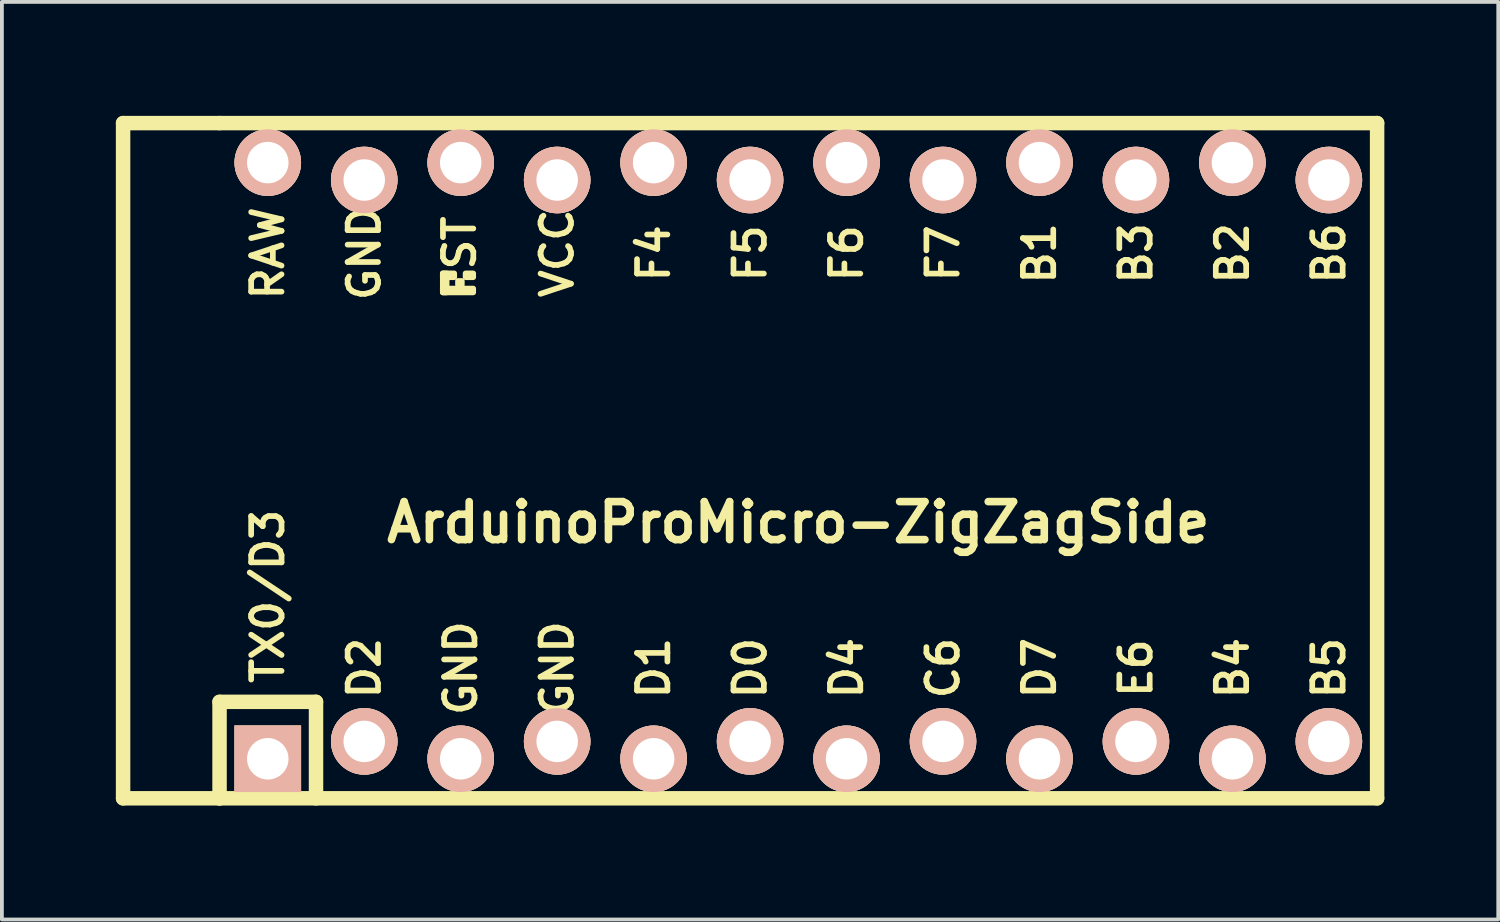
<source format=kicad_pcb>
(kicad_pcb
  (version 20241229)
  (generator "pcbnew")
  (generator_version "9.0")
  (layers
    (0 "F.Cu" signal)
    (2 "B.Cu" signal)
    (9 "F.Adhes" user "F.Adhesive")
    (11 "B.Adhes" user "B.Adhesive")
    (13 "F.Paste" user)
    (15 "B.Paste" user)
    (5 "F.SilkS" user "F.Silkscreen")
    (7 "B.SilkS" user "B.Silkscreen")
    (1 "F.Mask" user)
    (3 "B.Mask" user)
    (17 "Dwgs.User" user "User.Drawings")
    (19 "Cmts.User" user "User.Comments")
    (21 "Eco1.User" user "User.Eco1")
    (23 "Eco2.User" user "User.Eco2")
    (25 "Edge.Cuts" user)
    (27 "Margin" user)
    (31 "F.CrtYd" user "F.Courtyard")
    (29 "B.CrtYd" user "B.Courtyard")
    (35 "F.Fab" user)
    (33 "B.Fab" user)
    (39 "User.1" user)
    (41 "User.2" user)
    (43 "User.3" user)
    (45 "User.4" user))
  (footprint "ArduinoProMicro-ZigZagSide"
    (layer "F.Cu")
    (at 17.971 9.081)
    (property "Reference" "ArduinoProMicro-ZigZagSide" (at 0 1.625 0) (layer "F.SilkS") (effects (font (size 1 1) (thickness 0.2))))
    (attr through_hole)
    (fp_line (start -17.78 -8.89) (end -17.78 8.89) (stroke (width 0.381) (type solid)) (layer "F.SilkS"))
    (fp_line (start -17.78 8.89) (end -15.24 8.89) (stroke (width 0.381) (type solid)) (layer "F.SilkS"))
    (fp_line (start -15.24 -8.89) (end -17.78 -8.89) (stroke (width 0.381) (type solid)) (layer "F.SilkS"))
    (fp_line (start -15.24 6.35) (end -15.24 8.89) (stroke (width 0.381) (type solid)) (layer "F.SilkS"))
    (fp_line (start -15.24 6.35) (end -12.7 6.35) (stroke (width 0.381) (type solid)) (layer "F.SilkS"))
    (fp_line (start -15.24 8.89) (end 15.24 8.89) (stroke (width 0.381) (type solid)) (layer "F.SilkS"))
    (fp_line (start -12.7 6.35) (end -12.7 8.89) (stroke (width 0.381) (type solid)) (layer "F.SilkS"))
    (fp_line (start 15.24 -8.89) (end -15.24 -8.89) (stroke (width 0.381) (type solid)) (layer "F.SilkS"))
    (fp_line (start 15.24 8.89) (end 15.24 -8.89) (stroke (width 0.381) (type solid)) (layer "F.SilkS"))
    (fp_poly (pts (xy -9.361 -4.932) (xy -9.261 -4.932) (xy -9.261 -4.432) (xy -9.361 -4.432)) (stroke (width 0.15) (type solid)) (fill yes) (layer "F.SilkS"))
    (fp_poly (pts (xy -9.361 -4.932) (xy -9.061 -4.932) (xy -9.061 -4.832) (xy -9.361 -4.832)) (stroke (width 0.15) (type solid)) (fill yes) (layer "F.SilkS"))
    (fp_poly (pts (xy -9.361 -4.532) (xy -8.561 -4.532) (xy -8.561 -4.432) (xy -9.361 -4.432)) (stroke (width 0.15) (type solid)) (fill yes) (layer "F.SilkS"))
    (fp_poly (pts (xy -8.961 -4.732) (xy -8.861 -4.732) (xy -8.861 -4.632) (xy -8.961 -4.632)) (stroke (width 0.15) (type solid)) (fill yes) (layer "F.SilkS"))
    (fp_poly (pts (xy -8.761 -4.932) (xy -8.561 -4.932) (xy -8.561 -4.832) (xy -8.761 -4.832)) (stroke (width 0.15) (type solid)) (fill yes) (layer "F.SilkS"))
    (fp_text user "B6" (at 13.97 -5.461 90) (layer "F.SilkS") (effects (font (size 0.8 0.8) (thickness 0.15))))
    (fp_text user "F5" (at -1.27 -5.461 90) (layer "F.SilkS") (effects (font (size 0.8 0.8) (thickness 0.15))))
    (fp_text user "B4" (at 11.43 5.461 90) (layer "F.SilkS") (effects (font (size 0.8 0.8) (thickness 0.15))))
    (fp_text user "B1" (at 6.35 -5.461 90) (layer "F.SilkS") (effects (font (size 0.8 0.8) (thickness 0.15))))
    (fp_text user "RAW" (at -13.97 -5.461 90) (layer "F.SilkS") (effects (font (size 0.8 0.8) (thickness 0.15))))
    (fp_text user "F4" (at -3.81 -5.461 90) (layer "F.SilkS") (effects (font (size 0.8 0.8) (thickness 0.15))))
    (fp_text user "GND" (at -11.43 -5.461 90) (layer "F.SilkS") (effects (font (size 0.8 0.8) (thickness 0.15))))
    (fp_text user "D7" (at 6.35 5.461 90) (layer "F.SilkS") (effects (font (size 0.8 0.8) (thickness 0.15))))
    (fp_text user "D0" (at -1.27 5.461 90) (layer "F.SilkS") (effects (font (size 0.8 0.8) (thickness 0.15))))
    (fp_text user "TX0/D3" (at -13.97 3.572 90) (layer "F.SilkS") (effects (font (size 0.8 0.8) (thickness 0.15))))
    (fp_text user "F6" (at 1.27 -5.461 90) (layer "F.SilkS") (effects (font (size 0.8 0.8) (thickness 0.15))))
    (fp_text user "B3" (at 8.89 -5.461 90) (layer "F.SilkS") (effects (font (size 0.8 0.8) (thickness 0.15))))
    (fp_text user "D2" (at -11.43 5.461 90) (layer "F.SilkS") (effects (font (size 0.8 0.8) (thickness 0.15))))
    (fp_text user "E6" (at 8.89 5.461 90) (layer "F.SilkS") (effects (font (size 0.8 0.8) (thickness 0.15))))
    (fp_text user "ST" (at -8.92 -5.733 90) (layer "F.SilkS") (effects (font (size 0.8 0.8) (thickness 0.15))))
    (fp_text user "B2" (at 11.43 -5.461 90) (layer "F.SilkS") (effects (font (size 0.8 0.8) (thickness 0.15))))
    (fp_text user "F7" (at 3.81 -5.461 90) (layer "F.SilkS") (effects (font (size 0.8 0.8) (thickness 0.15))))
    (fp_text user "D1" (at -3.81 5.461 90) (layer "F.SilkS") (effects (font (size 0.8 0.8) (thickness 0.15))))
    (fp_text user "D4" (at 1.27 5.461 90) (layer "F.SilkS") (effects (font (size 0.8 0.8) (thickness 0.15))))
    (fp_text user "C6" (at 3.81 5.461 90) (layer "F.SilkS") (effects (font (size 0.8 0.8) (thickness 0.15))))
    (fp_text user "B5" (at 13.97 5.461 90) (layer "F.SilkS") (effects (font (size 0.8 0.8) (thickness 0.15))))
    (fp_text user "VCC" (at -6.35 -5.461 90) (layer "F.SilkS") (effects (font (size 0.8 0.8) (thickness 0.15))))
    (fp_text user "GND" (at -6.35 5.461 90) (layer "F.SilkS") (effects (font (size 0.8 0.8) (thickness 0.15))))
    (fp_text user "GND" (at -8.89 5.461 90) (layer "F.SilkS") (effects (font (size 0.8 0.8) (thickness 0.15))))
    (pad "1" thru_hole rect (at -13.97 7.849) (size 1.753 1.753) (drill 1.092) (layers "*.Cu" "*.SilkS" "*.Mask"))
    (pad "2" thru_hole circle (at -11.43 7.391) (size 1.753 1.753) (drill 1.092) (layers "*.Cu" "*.SilkS" "*.Mask"))
    (pad "3" thru_hole circle (at -8.89 7.849) (size 1.753 1.753) (drill 1.092) (layers "*.Cu" "*.SilkS" "*.Mask"))
    (pad "4" thru_hole circle (at -6.35 7.391) (size 1.753 1.753) (drill 1.092) (layers "*.Cu" "*.SilkS" "*.Mask"))
    (pad "5" thru_hole circle (at -3.81 7.849) (size 1.753 1.753) (drill 1.092) (layers "*.Cu" "*.SilkS" "*.Mask"))
    (pad "6" thru_hole circle (at -1.27 7.391) (size 1.753 1.753) (drill 1.092) (layers "*.Cu" "*.SilkS" "*.Mask"))
    (pad "7" thru_hole circle (at 1.27 7.849) (size 1.753 1.753) (drill 1.092) (layers "*.Cu" "*.SilkS" "*.Mask"))
    (pad "8" thru_hole circle (at 3.81 7.391) (size 1.753 1.753) (drill 1.092) (layers "*.Cu" "*.SilkS" "*.Mask"))
    (pad "9" thru_hole circle (at 6.35 7.849) (size 1.753 1.753) (drill 1.092) (layers "*.Cu" "*.SilkS" "*.Mask"))
    (pad "10" thru_hole circle (at 8.89 7.391) (size 1.753 1.753) (drill 1.092) (layers "*.Cu" "*.SilkS" "*.Mask"))
    (pad "11" thru_hole circle (at 11.43 7.849) (size 1.753 1.753) (drill 1.092) (layers "*.Cu" "*.SilkS" "*.Mask"))
    (pad "12" thru_hole circle (at 13.97 7.391) (size 1.753 1.753) (drill 1.092) (layers "*.Cu" "*.SilkS" "*.Mask"))
    (pad "13" thru_hole circle (at 13.97 -7.391) (size 1.753 1.753) (drill 1.092) (layers "*.Cu" "*.SilkS" "*.Mask"))
    (pad "14" thru_hole circle (at 11.43 -7.849) (size 1.753 1.753) (drill 1.092) (layers "*.Cu" "*.SilkS" "*.Mask"))
    (pad "15" thru_hole circle (at 8.89 -7.391) (size 1.753 1.753) (drill 1.092) (layers "*.Cu" "*.SilkS" "*.Mask"))
    (pad "16" thru_hole circle (at 6.35 -7.849) (size 1.753 1.753) (drill 1.092) (layers "*.Cu" "*.SilkS" "*.Mask"))
    (pad "17" thru_hole circle (at 3.81 -7.391) (size 1.753 1.753) (drill 1.092) (layers "*.Cu" "*.SilkS" "*.Mask"))
    (pad "18" thru_hole circle (at 1.27 -7.849) (size 1.753 1.753) (drill 1.092) (layers "*.Cu" "*.SilkS" "*.Mask"))
    (pad "19" thru_hole circle (at -1.27 -7.391) (size 1.753 1.753) (drill 1.092) (layers "*.Cu" "*.SilkS" "*.Mask"))
    (pad "20" thru_hole circle (at -3.81 -7.849) (size 1.753 1.753) (drill 1.092) (layers "*.Cu" "*.SilkS" "*.Mask"))
    (pad "21" thru_hole circle (at -6.35 -7.391) (size 1.753 1.753) (drill 1.092) (layers "*.Cu" "*.SilkS" "*.Mask"))
    (pad "22" thru_hole circle (at -8.89 -7.849) (size 1.753 1.753) (drill 1.092) (layers "*.Cu" "*.SilkS" "*.Mask"))
    (pad "23" thru_hole circle (at -11.43 -7.391) (size 1.753 1.753) (drill 1.092) (layers "*.Cu" "*.SilkS" "*.Mask"))
    (pad "24" thru_hole circle (at -13.97 -7.849) (size 1.753 1.753) (drill 1.092) (layers "*.Cu" "*.SilkS" "*.Mask")))
  (gr_rect
    (start -3 -3)
    (end 36.401 21.161)
    (stroke (width 0.1) (type default))
    (fill no)
    (layer "Edge.Cuts")))
</source>
